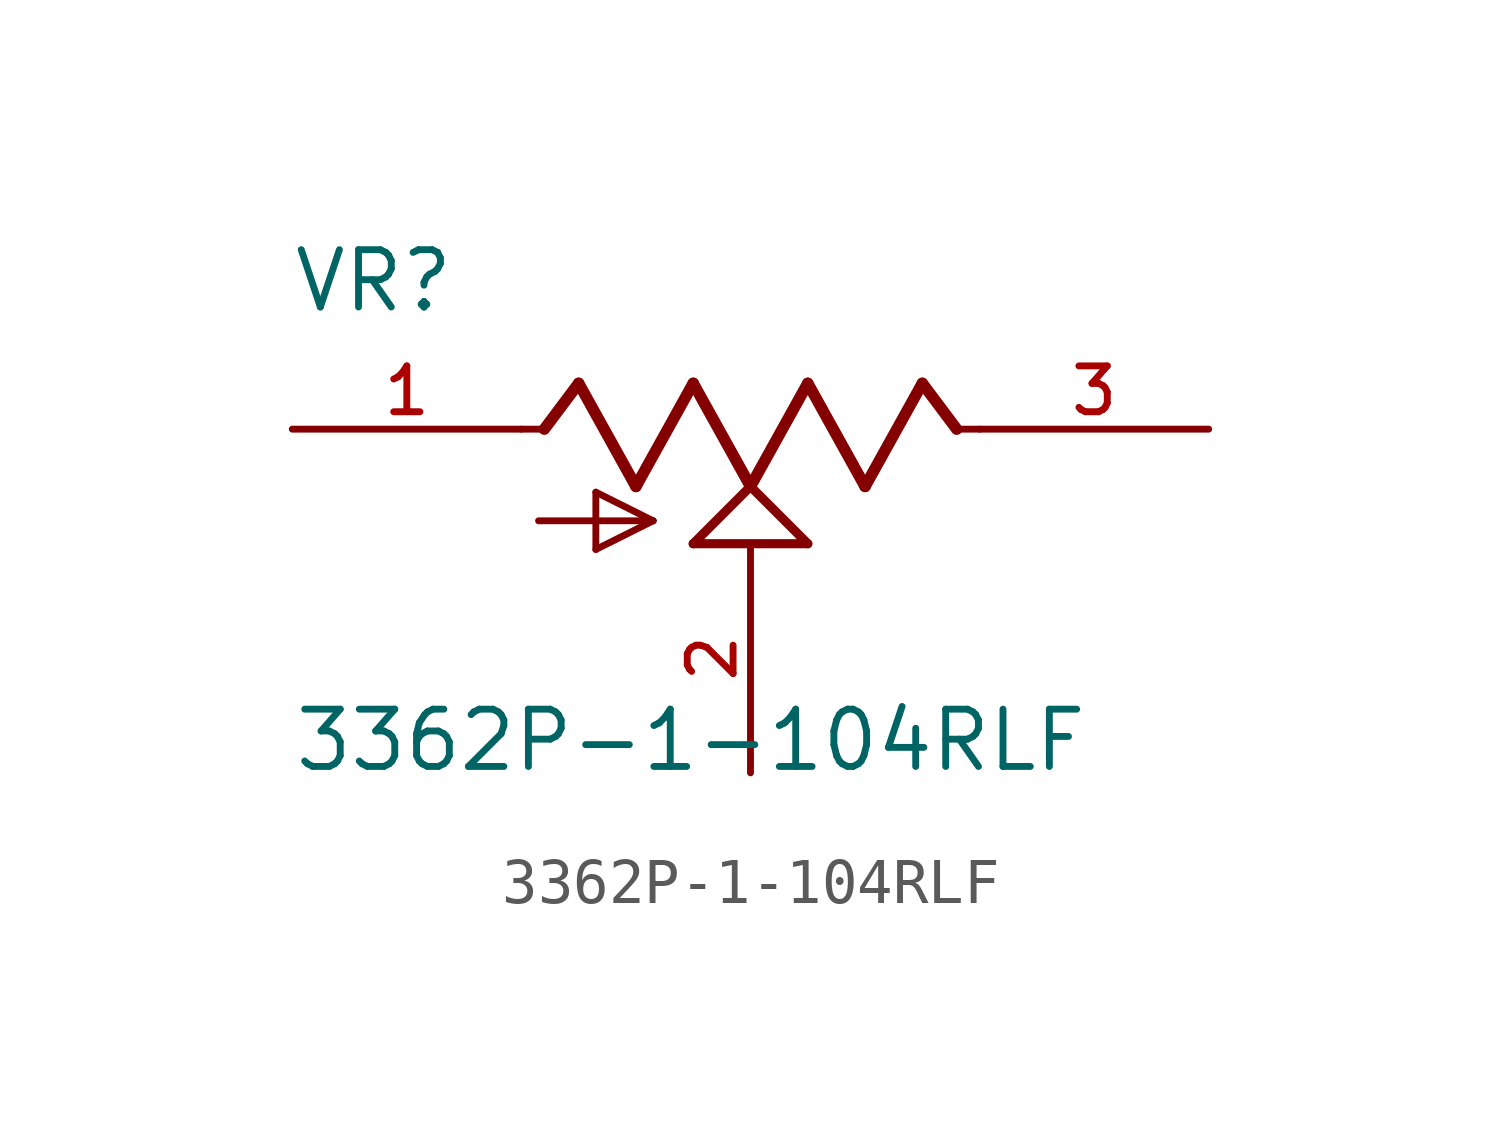
<source format=kicad_sym>
(kicad_symbol_lib
  (version 20211014)
  (generator kicad_symbol_editor)
  (symbol "3362P-1-104RLF"
    (pin_names
      (offset 1.016))
    (property "Reference" "VR"
      (at -10.182 2.546 0)
      (effects (font (size 1.27 1.27)) (justify bottom left)))
    (property "Value" "3362P-1-104RLF"
      (at -10.165 -7.642 0)
      (effects (font (size 1.27 1.27)) (justify bottom left)))
    (symbol "3362P-1-104RLF_0_0"
      (polyline (pts (xy -5.08 0.0) (xy -4.572 0.0)) (stroke (width 0.152)))
      (polyline (pts (xy -4.572 0.0) (xy -3.81 1.016)) (stroke (width 0.254)))
      (polyline (pts (xy -3.81 1.016) (xy -2.54 -1.27)) (stroke (width 0.254)))
      (polyline (pts (xy -2.54 -1.27) (xy -1.27 1.016)) (stroke (width 0.254)))
      (polyline (pts (xy -1.27 1.016) (xy 0.0 -1.27)) (stroke (width 0.254)))
      (polyline (pts (xy 0.0 -1.27) (xy 1.27 1.016)) (stroke (width 0.254)))
      (polyline (pts (xy 1.27 1.016) (xy 2.54 -1.27)) (stroke (width 0.254)))
      (polyline (pts (xy 2.54 -1.27) (xy 3.81 1.016)) (stroke (width 0.254)))
      (polyline (pts (xy 3.81 1.016) (xy 4.572 0.0)) (stroke (width 0.254)))
      (polyline (pts (xy 4.572 0.0) (xy 5.08 0.0)) (stroke (width 0.152)))
      (polyline (pts (xy 0.0 -1.27) (xy 1.27 -2.54)) (stroke (width 0.203)))
      (polyline (pts (xy -1.27 -2.54) (xy 0.0 -1.27)) (stroke (width 0.203)))
      (polyline (pts (xy 1.27 -2.54) (xy -1.27 -2.54)) (stroke (width 0.203)))
      (polyline (pts (xy -4.699 -2.032) (xy -2.159 -2.032)) (stroke (width 0.152)))
      (polyline (pts (xy -2.159 -2.032) (xy -3.429 -2.667)) (stroke (width 0.152)))
      (polyline (pts (xy -3.429 -2.667) (xy -3.429 -1.397)) (stroke (width 0.152)))
      (polyline (pts (xy -3.429 -1.397) (xy -2.159 -2.032)) (stroke (width 0.152)))
      (pin passive line (at -10.16 0.0 0) (length 5.08) (name "~" (effects (font (size 1.016 1.016)))) (number "1" (effects (font (size 1.016 1.016)))))
      (pin passive line (at 0.0 -7.62 90.0) (length 5.08) (name "~" (effects (font (size 1.016 1.016)))) (number "2" (effects (font (size 1.016 1.016)))))
      (pin passive line (at 10.16 0.0 180.0) (length 5.08) (name "~" (effects (font (size 1.016 1.016)))) (number "3" (effects (font (size 1.016 1.016))))))))
</source>
